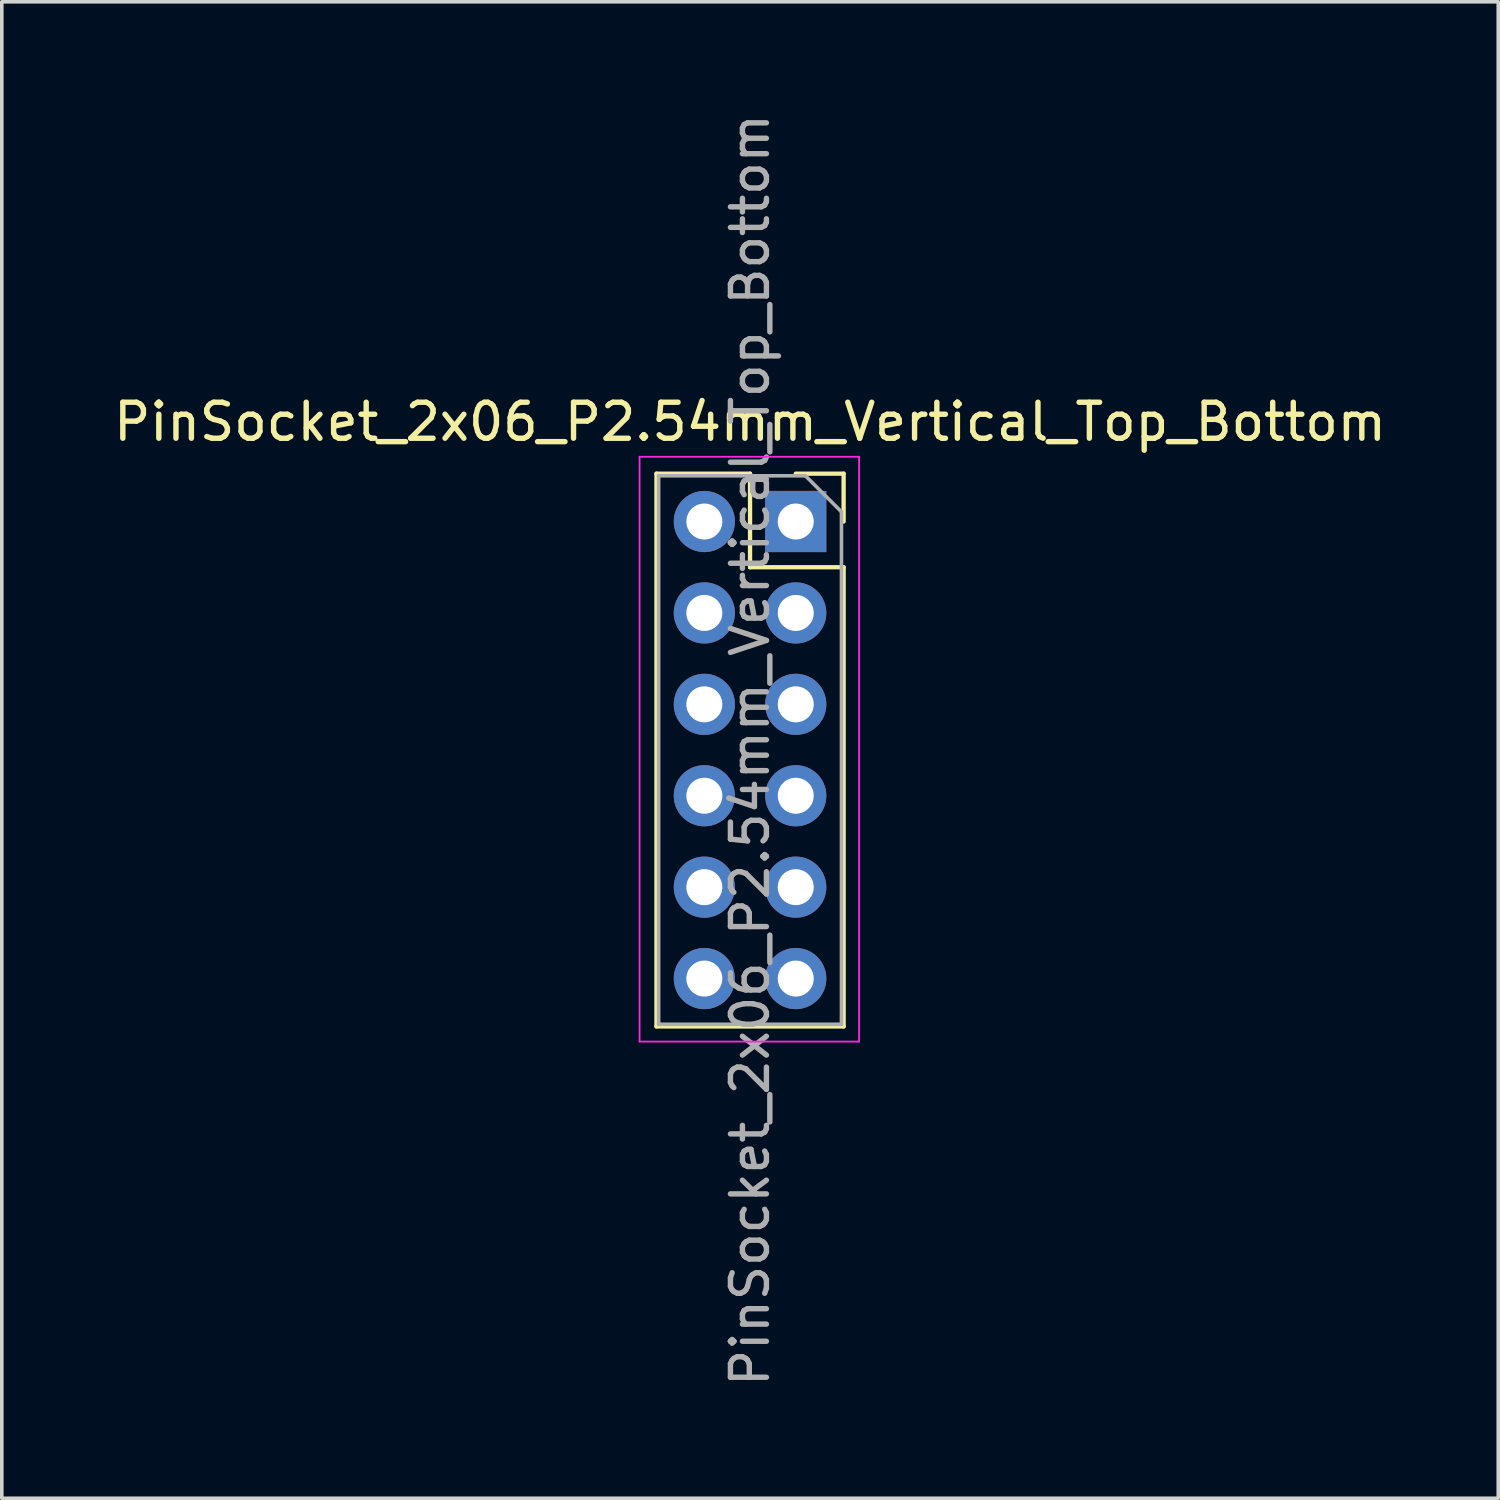
<source format=kicad_pcb>
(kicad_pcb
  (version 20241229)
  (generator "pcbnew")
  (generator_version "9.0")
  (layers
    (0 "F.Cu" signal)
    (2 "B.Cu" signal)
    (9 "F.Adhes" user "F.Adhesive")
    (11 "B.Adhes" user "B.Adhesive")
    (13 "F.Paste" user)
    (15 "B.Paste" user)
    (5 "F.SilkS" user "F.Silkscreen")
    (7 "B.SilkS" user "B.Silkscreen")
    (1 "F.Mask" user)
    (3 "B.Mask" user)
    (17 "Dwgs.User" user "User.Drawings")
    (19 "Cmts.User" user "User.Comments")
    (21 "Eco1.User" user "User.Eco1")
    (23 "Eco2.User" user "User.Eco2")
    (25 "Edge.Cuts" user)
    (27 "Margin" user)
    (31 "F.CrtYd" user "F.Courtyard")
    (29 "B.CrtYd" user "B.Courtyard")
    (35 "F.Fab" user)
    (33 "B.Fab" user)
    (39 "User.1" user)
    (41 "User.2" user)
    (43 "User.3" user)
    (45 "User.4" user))
  (footprint "PinSocket_2x06_P2.54mm_Vertical_Top_Bottom"
    (layer "F.Cu")
    (at 19.062 11.442)
    (property "Reference" "PinSocket_2x06_P2.54mm_Vertical_Top_Bottom" (at -1.27 -2.77 0) (layer "F.SilkS") (effects (font (size 1 1) (thickness 0.15))))
    (attr through_hole)
    (fp_line (start -3.87 -1.33) (end -3.87 14.03) (stroke (width 0.12) (type solid)) (layer "F.SilkS"))
    (fp_line (start -3.87 -1.33) (end -1.27 -1.33) (stroke (width 0.12) (type solid)) (layer "F.SilkS"))
    (fp_line (start -3.87 14.03) (end 1.33 14.03) (stroke (width 0.12) (type solid)) (layer "F.SilkS"))
    (fp_line (start -1.27 -1.33) (end -1.27 1.27) (stroke (width 0.12) (type solid)) (layer "F.SilkS"))
    (fp_line (start -1.27 1.27) (end 1.33 1.27) (stroke (width 0.12) (type solid)) (layer "F.SilkS"))
    (fp_line (start 0 -1.33) (end 1.33 -1.33) (stroke (width 0.12) (type solid)) (layer "F.SilkS"))
    (fp_line (start 1.33 -1.33) (end 1.33 0) (stroke (width 0.12) (type solid)) (layer "F.SilkS"))
    (fp_line (start 1.33 1.27) (end 1.33 14.03) (stroke (width 0.12) (type solid)) (layer "F.SilkS"))
    (fp_line (start -4.34 -1.8) (end 1.76 -1.8) (stroke (width 0.05) (type solid)) (layer "F.CrtYd"))
    (fp_line (start -4.34 14.45) (end -4.34 -1.8) (stroke (width 0.05) (type solid)) (layer "F.CrtYd"))
    (fp_line (start 1.76 -1.8) (end 1.76 14.45) (stroke (width 0.05) (type solid)) (layer "F.CrtYd"))
    (fp_line (start 1.76 14.45) (end -4.34 14.45) (stroke (width 0.05) (type solid)) (layer "F.CrtYd"))
    (fp_line (start -3.81 -1.27) (end 0.27 -1.27) (stroke (width 0.1) (type solid)) (layer "F.Fab"))
    (fp_line (start -3.81 13.97) (end -3.81 -1.27) (stroke (width 0.1) (type solid)) (layer "F.Fab"))
    (fp_line (start 0.27 -1.27) (end 1.27 -0.27) (stroke (width 0.1) (type solid)) (layer "F.Fab"))
    (fp_line (start 1.27 -0.27) (end 1.27 13.97) (stroke (width 0.1) (type solid)) (layer "F.Fab"))
    (fp_line (start 1.27 13.97) (end -3.81 13.97) (stroke (width 0.1) (type solid)) (layer "F.Fab"))
    (fp_text user "${REFERENCE}" (at -1.27 6.35 90) (layer "F.Fab") (effects (font (size 1 1) (thickness 0.15))))
    (pad "1" thru_hole rect (at 0 0) (size 1.7 1.7) (drill 1) (layers "*.Cu" "*.Mask"))
    (pad "2" thru_hole oval (at 0 2.54) (size 1.7 1.7) (drill 1) (layers "*.Cu" "*.Mask"))
    (pad "3" thru_hole oval (at 0 5.08) (size 1.7 1.7) (drill 1) (layers "*.Cu" "*.Mask"))
    (pad "4" thru_hole oval (at 0 7.62) (size 1.7 1.7) (drill 1) (layers "*.Cu" "*.Mask"))
    (pad "5" thru_hole oval (at 0 10.16) (size 1.7 1.7) (drill 1) (layers "*.Cu" "*.Mask"))
    (pad "6" thru_hole oval (at 0 12.7) (size 1.7 1.7) (drill 1) (layers "*.Cu" "*.Mask"))
    (pad "7" thru_hole oval (at -2.54 0) (size 1.7 1.7) (drill 1) (layers "*.Cu" "*.Mask"))
    (pad "8" thru_hole oval (at -2.54 2.54) (size 1.7 1.7) (drill 1) (layers "*.Cu" "*.Mask"))
    (pad "9" thru_hole oval (at -2.54 5.08) (size 1.7 1.7) (drill 1) (layers "*.Cu" "*.Mask"))
    (pad "10" thru_hole oval (at -2.54 7.62) (size 1.7 1.7) (drill 1) (layers "*.Cu" "*.Mask"))
    (pad "11" thru_hole oval (at -2.54 10.16) (size 1.7 1.7) (drill 1) (layers "*.Cu" "*.Mask"))
    (pad "12" thru_hole oval (at -2.54 12.7) (size 1.7 1.7) (drill 1) (layers "*.Cu" "*.Mask")))
  (gr_rect
    (start -3 -3)
    (end 38.583 38.583)
    (stroke (width 0.1) (type default))
    (fill no)
    (layer "Edge.Cuts")))
</source>
